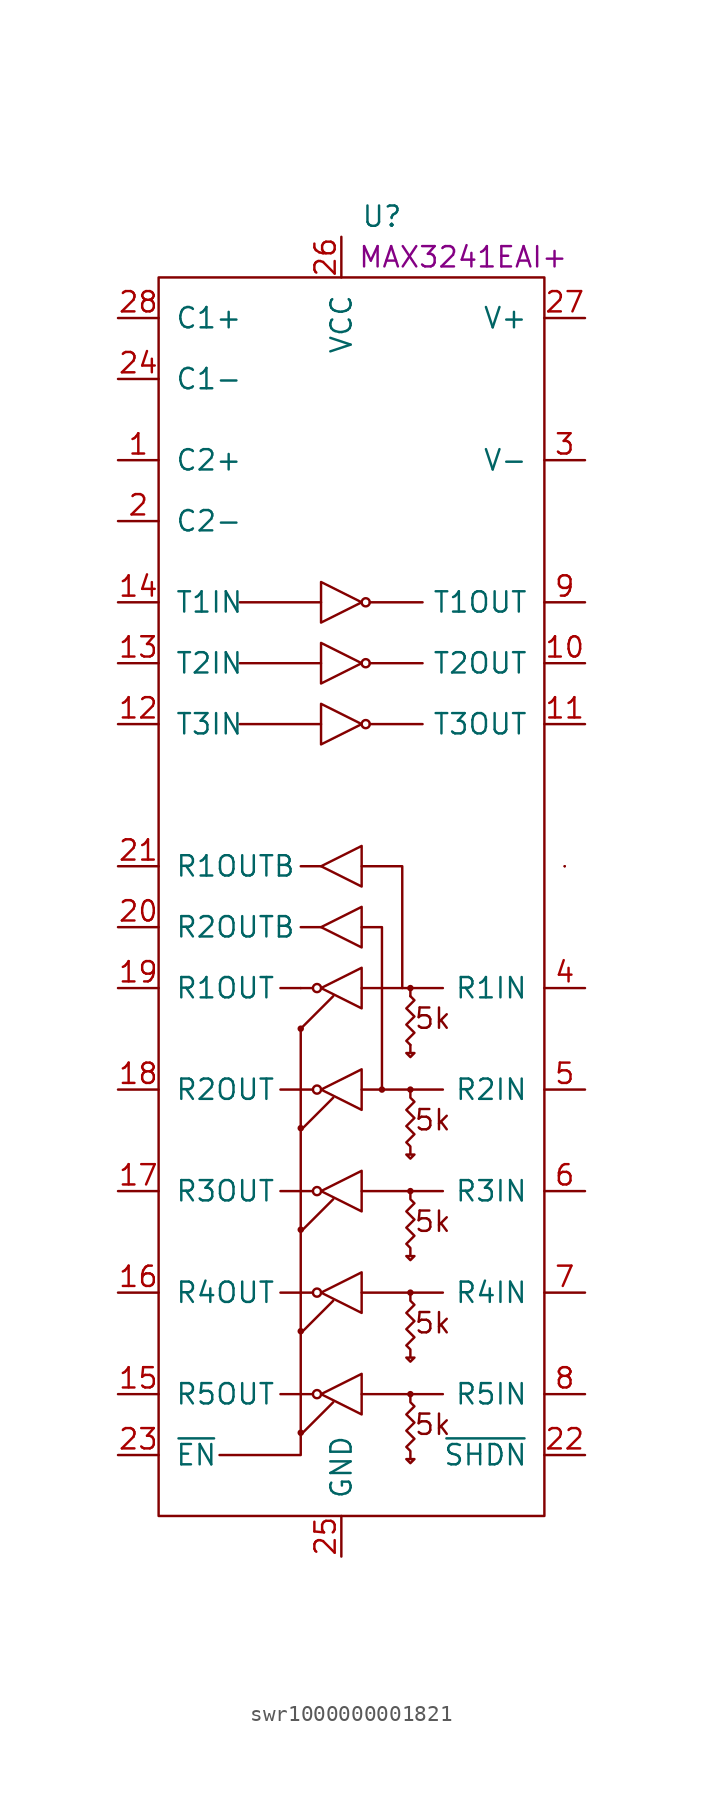
<source format=kicad_sym>
(kicad_symbol_lib
  (version 20211014)
  (generator kicad_symbol_editor)
  (symbol "swr1000000001821"
    (pin_names
      (offset 1.016))
    (property "Reference" "U"
      (at 2.54 3.81 0)
      (effects (font (size 1.27 1.27))))
    (property "PartValue" "MAX3241EAI+"
      (at 7.62 1.27 0)
      (effects (font (size 1.27 1.27))))
    (symbol "swr1000000001821_0_0"
      (rectangle (start -11.43 0) (end 12.7 -77.47) (stroke (width 0) (type default) (color 0 0 0 0)) (fill (type none)))
      (circle (center -2.54 -72.263) (radius 0.127) (stroke (width 0) (type default) (color 0 0 0 0)) (fill (type none)))
      (circle (center -2.54 -65.913) (radius 0.127) (stroke (width 0) (type default) (color 0 0 0 0)) (fill (type none)))
      (circle (center -2.54 -59.563) (radius 0.127) (stroke (width 0) (type default) (color 0 0 0 0)) (fill (type none)))
      (circle (center -2.54 -53.213) (radius 0.127) (stroke (width 0) (type default) (color 0 0 0 0)) (fill (type none)))
      (circle (center -2.54 -46.99) (radius 0.127) (stroke (width 0) (type default) (color 0 0 0 0)) (fill (type none)))
      (polyline (pts (xy -2.54 -72.39) (xy -0.508 -70.358)) (stroke (width 0) (type default) (color 0 0 0 0)) (fill (type none)))
      (polyline (pts (xy -2.54 -66.04) (xy -0.508 -64.008)) (stroke (width 0) (type default) (color 0 0 0 0)) (fill (type none)))
      (polyline (pts (xy -2.54 -59.69) (xy -0.508 -57.658)) (stroke (width 0) (type default) (color 0 0 0 0)) (fill (type none)))
      (polyline (pts (xy -2.54 -53.34) (xy -0.508 -51.308)) (stroke (width 0) (type default) (color 0 0 0 0)) (fill (type none)))
      (polyline (pts (xy -2.54 -46.99) (xy -0.508 -44.958)) (stroke (width 0) (type default) (color 0 0 0 0)) (fill (type none)))
      (polyline (pts (xy -1.778 -69.85) (xy -2.54 -69.85)) (stroke (width 0) (type default) (color 0 0 0 0)) (fill (type none)))
      (polyline (pts (xy -1.778 -63.5) (xy -2.54 -63.5)) (stroke (width 0) (type default) (color 0 0 0 0)) (fill (type none)))
      (polyline (pts (xy -1.778 -57.15) (xy -2.54 -57.15)) (stroke (width 0) (type default) (color 0 0 0 0)) (fill (type none)))
      (polyline (pts (xy -1.778 -50.8) (xy -2.54 -50.8)) (stroke (width 0) (type default) (color 0 0 0 0)) (fill (type none)))
      (polyline (pts (xy -1.778 -44.45) (xy -2.54 -44.45)) (stroke (width 0) (type default) (color 0 0 0 0)) (fill (type none)))
      (polyline (pts (xy 4.318 -69.85) (xy 4.318 -70.358) (xy 4.572 -70.612) (xy 4.064 -71.12) (xy 4.572 -71.628) (xy 4.064 -72.136) (xy 4.572 -72.644) (xy 4.064 -73.152) (xy 4.318 -73.406) (xy 4.318 -73.914) (xy 4.064 -73.914) (xy 4.318 -74.168) (xy 4.572 -73.914) (xy 4.318 -73.914)) (stroke (width 0) (type default) (color 0 0 0 0)) (fill (type none)))
      (polyline (pts (xy 4.318 -63.5) (xy 4.318 -64.008) (xy 4.572 -64.262) (xy 4.064 -64.77) (xy 4.572 -65.278) (xy 4.064 -65.786) (xy 4.572 -66.294) (xy 4.064 -66.802) (xy 4.318 -67.056) (xy 4.318 -67.564) (xy 4.064 -67.564) (xy 4.318 -67.818) (xy 4.572 -67.564) (xy 4.318 -67.564)) (stroke (width 0) (type default) (color 0 0 0 0)) (fill (type none)))
      (polyline (pts (xy 4.318 -57.15) (xy 4.318 -57.658) (xy 4.572 -57.912) (xy 4.064 -58.42) (xy 4.572 -58.928) (xy 4.064 -59.436) (xy 4.572 -59.944) (xy 4.064 -60.452) (xy 4.318 -60.706) (xy 4.318 -61.214) (xy 4.064 -61.214) (xy 4.318 -61.468) (xy 4.572 -61.214) (xy 4.318 -61.214)) (stroke (width 0) (type default) (color 0 0 0 0)) (fill (type none)))
      (polyline (pts (xy 4.318 -50.8) (xy 4.318 -51.308) (xy 4.572 -51.562) (xy 4.064 -52.07) (xy 4.572 -52.578) (xy 4.064 -53.086) (xy 4.572 -53.594) (xy 4.064 -54.102) (xy 4.318 -54.356) (xy 4.318 -54.864) (xy 4.064 -54.864) (xy 4.318 -55.118) (xy 4.572 -54.864) (xy 4.318 -54.864)) (stroke (width 0) (type default) (color 0 0 0 0)) (fill (type none)))
      (circle (center 2.54 -50.8) (radius 0.127) (stroke (width 0) (type default) (color 0 0 0 0)) (fill (type none)))
      (circle (center 4.318 -69.85) (radius 0.127) (stroke (width 0) (type default) (color 0 0 0 0)) (fill (type none)))
      (circle (center 4.318 -63.5) (radius 0.127) (stroke (width 0) (type default) (color 0 0 0 0)) (fill (type none)))
      (circle (center 4.318 -57.15) (radius 0.127) (stroke (width 0) (type default) (color 0 0 0 0)) (fill (type none)))
      (circle (center 4.318 -50.8) (radius 0.127) (stroke (width 0) (type default) (color 0 0 0 0)) (fill (type none)))
      (circle (center 4.318 -44.45) (radius 0.127) (stroke (width 0) (type default) (color 0 0 0 0)) (fill (type none)))
      (text "5k" (at 5.715 -71.755 0) (effects (font (size 1.27 1.27))))
      (text "5k" (at 5.715 -65.405 0) (effects (font (size 1.27 1.27))))
      (text "5k" (at 5.715 -59.055 0) (effects (font (size 1.27 1.27))))
      (text "5k" (at 5.715 -52.705 0) (effects (font (size 1.27 1.27))))
      (text "5k" (at 5.715 -46.355 0) (effects (font (size 1.27 1.27))))
      (pin bidirectional line (at -13.97 -11.43 0) (length 2.54) (name "C2+" (effects (font (size 1.27 1.27)))) (number "1" (effects (font (size 1.27 1.27)))))
      (pin output line (at 15.24 -24.13 180) (length 2.54) (name "T2OUT" (effects (font (size 1.27 1.27)))) (number "10" (effects (font (size 1.27 1.27)))))
      (pin output line (at 15.24 -27.94 180) (length 2.54) (name "T3OUT" (effects (font (size 1.27 1.27)))) (number "11" (effects (font (size 1.27 1.27)))))
      (pin input line (at -13.97 -27.94 0) (length 2.54) (name "T3IN" (effects (font (size 1.27 1.27)))) (number "12" (effects (font (size 1.27 1.27)))))
      (pin input line (at -13.97 -24.13 0) (length 2.54) (name "T2IN" (effects (font (size 1.27 1.27)))) (number "13" (effects (font (size 1.27 1.27)))))
      (pin input line (at -13.97 -20.32 0) (length 2.54) (name "T1IN" (effects (font (size 1.27 1.27)))) (number "14" (effects (font (size 1.27 1.27)))))
      (pin output line (at -13.97 -69.85 0) (length 2.54) (name "R5OUT" (effects (font (size 1.27 1.27)))) (number "15" (effects (font (size 1.27 1.27)))))
      (pin output line (at -13.97 -63.5 0) (length 2.54) (name "R4OUT" (effects (font (size 1.27 1.27)))) (number "16" (effects (font (size 1.27 1.27)))))
      (pin output line (at -13.97 -57.15 0) (length 2.54) (name "R3OUT" (effects (font (size 1.27 1.27)))) (number "17" (effects (font (size 1.27 1.27)))))
      (pin output line (at -13.97 -50.8 0) (length 2.54) (name "R2OUT" (effects (font (size 1.27 1.27)))) (number "18" (effects (font (size 1.27 1.27)))))
      (pin output line (at -13.97 -44.45 0) (length 2.54) (name "R1OUT" (effects (font (size 1.27 1.27)))) (number "19" (effects (font (size 1.27 1.27)))))
      (pin bidirectional line (at -13.97 -15.24 0) (length 2.54) (name "C2-" (effects (font (size 1.27 1.27)))) (number "2" (effects (font (size 1.27 1.27)))))
      (pin output line (at -13.97 -40.64 0) (length 2.54) (name "R2OUTB" (effects (font (size 1.27 1.27)))) (number "20" (effects (font (size 1.27 1.27)))))
      (pin input line (at -13.97 -36.83 0) (length 2.54) (name "R1OUTB" (effects (font (size 1.27 1.27)))) (number "21" (effects (font (size 1.27 1.27)))))
      (pin input line (at 15.24 -73.66 180) (length 2.54) (name "~{SHDN}" (effects (font (size 1.27 1.27)))) (number "22" (effects (font (size 1.27 1.27)))))
      (pin input line (at -13.97 -73.66 0) (length 2.54) (name "~{EN}" (effects (font (size 1.27 1.27)))) (number "23" (effects (font (size 1.27 1.27)))))
      (pin bidirectional line (at -13.97 -6.35 0) (length 2.54) (name "C1-" (effects (font (size 1.27 1.27)))) (number "24" (effects (font (size 1.27 1.27)))))
      (pin power_in line (at 0 -80.01 90) (length 2.54) (name "GND" (effects (font (size 1.27 1.27)))) (number "25" (effects (font (size 1.27 1.27)))))
      (pin power_in line (at 0 2.54 270) (length 2.54) (name "VCC" (effects (font (size 1.27 1.27)))) (number "26" (effects (font (size 1.27 1.27)))))
      (pin bidirectional line (at 15.24 -2.54 180) (length 2.54) (name "V+" (effects (font (size 1.27 1.27)))) (number "27" (effects (font (size 1.27 1.27)))))
      (pin bidirectional line (at -13.97 -2.54 0) (length 2.54) (name "C1+" (effects (font (size 1.27 1.27)))) (number "28" (effects (font (size 1.27 1.27)))))
      (pin bidirectional line (at 15.24 -11.43 180) (length 2.54) (name "V-" (effects (font (size 1.27 1.27)))) (number "3" (effects (font (size 1.27 1.27)))))
      (pin input line (at 15.24 -44.45 180) (length 2.54) (name "R1IN" (effects (font (size 1.27 1.27)))) (number "4" (effects (font (size 1.27 1.27)))))
      (pin input line (at 15.24 -50.8 180) (length 2.54) (name "R2IN" (effects (font (size 1.27 1.27)))) (number "5" (effects (font (size 1.27 1.27)))))
      (pin input line (at 15.24 -57.15 180) (length 2.54) (name "R3IN" (effects (font (size 1.27 1.27)))) (number "6" (effects (font (size 1.27 1.27)))))
      (pin input line (at 15.24 -63.5 180) (length 2.54) (name "R4IN" (effects (font (size 1.27 1.27)))) (number "7" (effects (font (size 1.27 1.27)))))
      (pin input line (at 15.24 -69.85 180) (length 2.54) (name "R5IN" (effects (font (size 1.27 1.27)))) (number "8" (effects (font (size 1.27 1.27)))))
      (pin output line (at 15.24 -20.32 180) (length 2.54) (name "T1OUT" (effects (font (size 1.27 1.27)))) (number "9" (effects (font (size 1.27 1.27))))))
    (symbol "swr1000000001821_0_1"
      (circle (center -1.524 -69.85) (radius 0.254) (stroke (width 0) (type default) (color 0 0 0 0)) (fill (type none)))
      (circle (center -1.524 -63.5) (radius 0.254) (stroke (width 0) (type default) (color 0 0 0 0)) (fill (type none)))
      (circle (center -1.524 -57.15) (radius 0.254) (stroke (width 0) (type default) (color 0 0 0 0)) (fill (type none)))
      (circle (center -1.524 -50.8) (radius 0.254) (stroke (width 0) (type default) (color 0 0 0 0)) (fill (type none)))
      (circle (center -1.524 -44.45) (radius 0.254) (stroke (width 0) (type default) (color 0 0 0 0)) (fill (type none)))
      (polyline (pts (xy -3.81 -69.85) (xy -2.54 -69.85)) (stroke (width 0) (type default) (color 0 0 0 0)) (fill (type none)))
      (polyline (pts (xy -3.81 -63.5) (xy -2.54 -63.5)) (stroke (width 0) (type default) (color 0 0 0 0)) (fill (type none)))
      (polyline (pts (xy -3.81 -57.15) (xy -2.54 -57.15)) (stroke (width 0) (type default) (color 0 0 0 0)) (fill (type none)))
      (polyline (pts (xy -3.81 -50.8) (xy -2.54 -50.8)) (stroke (width 0) (type default) (color 0 0 0 0)) (fill (type none)))
      (polyline (pts (xy -3.81 -44.45) (xy -2.54 -44.45)) (stroke (width 0) (type default) (color 0 0 0 0)) (fill (type none)))
      (polyline (pts (xy -2.54 -40.64) (xy -1.27 -40.64)) (stroke (width 0) (type default) (color 0 0 0 0)) (fill (type none)))
      (polyline (pts (xy -2.54 -36.83) (xy -1.27 -36.83)) (stroke (width 0) (type default) (color 0 0 0 0)) (fill (type none)))
      (polyline (pts (xy -1.27 -27.94) (xy -6.35 -27.94)) (stroke (width 0) (type default) (color 0 0 0 0)) (fill (type none)))
      (polyline (pts (xy -1.27 -24.13) (xy -6.35 -24.13)) (stroke (width 0) (type default) (color 0 0 0 0)) (fill (type none)))
      (polyline (pts (xy -1.27 -20.32) (xy -6.35 -20.32)) (stroke (width 0) (type default) (color 0 0 0 0)) (fill (type none)))
      (polyline (pts (xy 1.27 -69.85) (xy 6.35 -69.85)) (stroke (width 0) (type default) (color 0 0 0 0)) (fill (type none)))
      (polyline (pts (xy 1.27 -63.5) (xy 6.35 -63.5)) (stroke (width 0) (type default) (color 0 0 0 0)) (fill (type none)))
      (polyline (pts (xy 1.27 -57.15) (xy 6.35 -57.15)) (stroke (width 0) (type default) (color 0 0 0 0)) (fill (type none)))
      (polyline (pts (xy 1.27 -50.8) (xy 6.35 -50.8)) (stroke (width 0) (type default) (color 0 0 0 0)) (fill (type none)))
      (polyline (pts (xy 1.27 -44.45) (xy 6.35 -44.45)) (stroke (width 0) (type default) (color 0 0 0 0)) (fill (type none)))
      (polyline (pts (xy 1.778 -27.94) (xy 5.08 -27.94)) (stroke (width 0) (type default) (color 0 0 0 0)) (fill (type none)))
      (polyline (pts (xy 1.778 -24.13) (xy 5.08 -24.13)) (stroke (width 0) (type default) (color 0 0 0 0)) (fill (type none)))
      (polyline (pts (xy 1.778 -20.32) (xy 5.08 -20.32)) (stroke (width 0) (type default) (color 0 0 0 0)) (fill (type none)))
      (polyline (pts (xy 4.318 -44.958) (xy 4.318 -44.45)) (stroke (width 0) (type default) (color 0 0 0 0)) (fill (type none)))
      (polyline (pts (xy -2.54 -46.99) (xy -2.54 -73.66) (xy -7.62 -73.66)) (stroke (width 0) (type default) (color 0 0 0 0)) (fill (type none)))
      (polyline (pts (xy 1.27 -40.64) (xy 2.54 -40.64) (xy 2.54 -50.8)) (stroke (width 0) (type default) (color 0 0 0 0)) (fill (type none)))
      (polyline (pts (xy 1.27 -36.83) (xy 3.81 -36.83) (xy 3.81 -44.45)) (stroke (width 0) (type default) (color 0 0 0 0)) (fill (type none)))
      (polyline (pts (xy -1.27 -26.67) (xy -1.27 -29.21) (xy 1.27 -27.94) (xy -1.27 -26.67)) (stroke (width 0) (type default) (color 0 0 0 0)) (fill (type none)))
      (polyline (pts (xy -1.27 -22.86) (xy -1.27 -25.4) (xy 1.27 -24.13) (xy -1.27 -22.86)) (stroke (width 0) (type default) (color 0 0 0 0)) (fill (type none)))
      (polyline (pts (xy -1.27 -19.05) (xy -1.27 -21.59) (xy 1.27 -20.32) (xy -1.27 -19.05)) (stroke (width 0) (type default) (color 0 0 0 0)) (fill (type none)))
      (polyline (pts (xy 1.27 -68.58) (xy 1.27 -71.12) (xy -1.27 -69.85) (xy 1.27 -68.58)) (stroke (width 0) (type default) (color 0 0 0 0)) (fill (type none)))
      (polyline (pts (xy 1.27 -62.23) (xy 1.27 -64.77) (xy -1.27 -63.5) (xy 1.27 -62.23)) (stroke (width 0) (type default) (color 0 0 0 0)) (fill (type none)))
      (polyline (pts (xy 1.27 -55.88) (xy 1.27 -58.42) (xy -1.27 -57.15) (xy 1.27 -55.88)) (stroke (width 0) (type default) (color 0 0 0 0)) (fill (type none)))
      (polyline (pts (xy 1.27 -49.53) (xy 1.27 -52.07) (xy -1.27 -50.8) (xy 1.27 -49.53)) (stroke (width 0) (type default) (color 0 0 0 0)) (fill (type none)))
      (polyline (pts (xy 1.27 -43.18) (xy 1.27 -45.72) (xy -1.27 -44.45) (xy 1.27 -43.18)) (stroke (width 0) (type default) (color 0 0 0 0)) (fill (type none)))
      (polyline (pts (xy 1.27 -39.37) (xy 1.27 -41.91) (xy -1.27 -40.64) (xy 1.27 -39.37)) (stroke (width 0) (type default) (color 0 0 0 0)) (fill (type none)))
      (polyline (pts (xy 1.27 -35.56) (xy 1.27 -38.1) (xy -1.27 -36.83) (xy 1.27 -35.56)) (stroke (width 0) (type default) (color 0 0 0 0)) (fill (type none)))
      (polyline (pts (xy 4.318 -48.006) (xy 4.318 -48.514) (xy 4.064 -48.514) (xy 4.318 -48.768) (xy 4.572 -48.514) (xy 4.318 -48.514)) (stroke (width 0) (type default) (color 0 0 0 0)) (fill (type none)))
      (polyline (pts (xy 4.318 -44.958) (xy 4.572 -45.212) (xy 4.064 -45.72) (xy 4.572 -46.228) (xy 4.064 -46.736) (xy 4.572 -47.244) (xy 4.064 -47.752) (xy 4.318 -48.006)) (stroke (width 0) (type default) (color 0 0 0 0)) (fill (type none)))
      (circle (center 1.524 -27.94) (radius 0.254) (stroke (width 0) (type default) (color 0 0 0 0)) (fill (type none)))
      (circle (center 1.524 -24.13) (radius 0.254) (stroke (width 0) (type default) (color 0 0 0 0)) (fill (type none)))
      (circle (center 1.524 -20.32) (radius 0.254) (stroke (width 0) (type default) (color 0 0 0 0)) (fill (type none)))
      (rectangle (start 13.97 -36.83) (end 13.97 -36.83) (stroke (width 0) (type default) (color 0 0 0 0)) (fill (type none)))
      (rectangle (start 13.97 -36.83) (end 13.97 -36.83) (stroke (width 0) (type default) (color 0 0 0 0)) (fill (type none))))))
</source>
